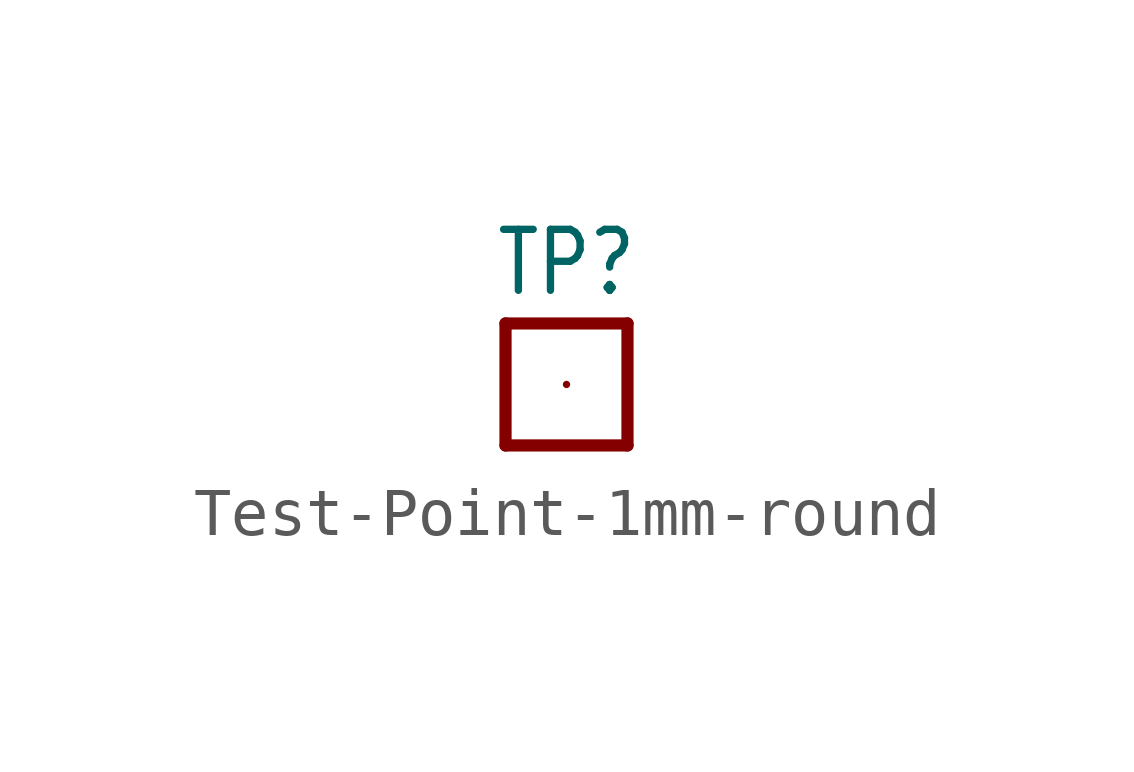
<source format=kicad_sym>
(kicad_symbol_lib
  (version 20241209)
  (generator "kicad_symbol_editor")
  (generator_version "9.0")
  (symbol "Test-Point-1mm-round"
    (property "Reference" "TP"
      (at 0 2.54 0)
      (effects (font (size 1.27 1.079))))
    (symbol "Test-Point-1mm-round_1_0"
      (polyline (pts (xy -1.27 1.27) (xy 1.27 1.27)) (stroke (width 0.254) (type default)) (fill (type none)))
      (polyline (pts (xy -1.27 -1.27) (xy -1.27 1.27)) (stroke (width 0.254) (type default)) (fill (type none)))
      (polyline (pts (xy 1.27 1.27) (xy 1.27 -1.27)) (stroke (width 0.254) (type default)) (fill (type none)))
      (polyline (pts (xy 1.27 -1.27) (xy -1.27 -1.27)) (stroke (width 0.254) (type default)) (fill (type none)))
      (pin passive line (at 0 0 0) (length 0) (name "1" (effects (font (size 0 0)))) (number "1" (effects (font (size 0 0))))))))
</source>
